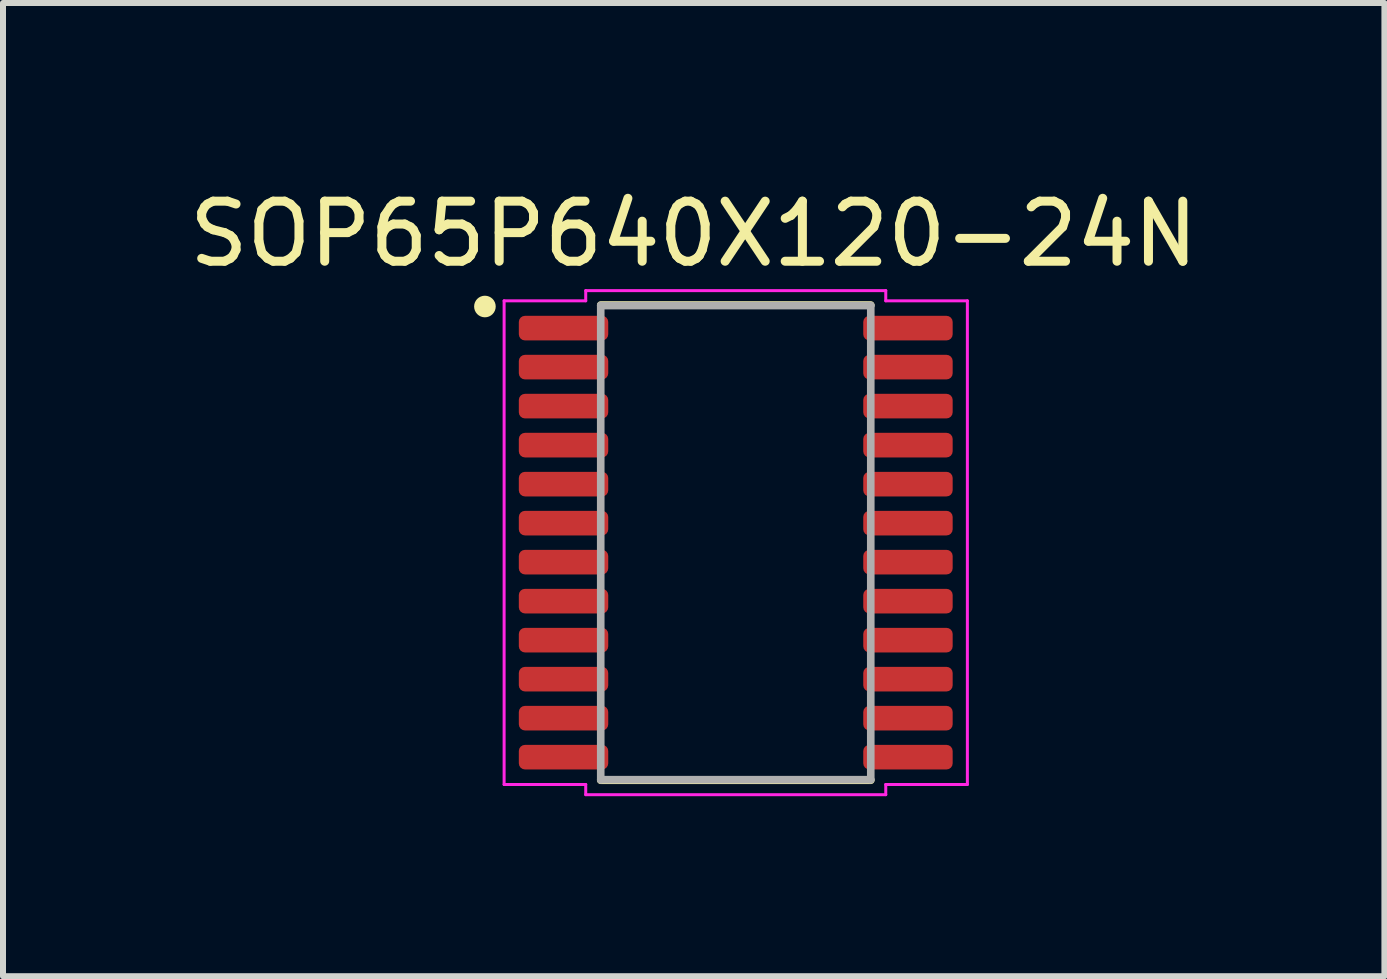
<source format=kicad_pcb>
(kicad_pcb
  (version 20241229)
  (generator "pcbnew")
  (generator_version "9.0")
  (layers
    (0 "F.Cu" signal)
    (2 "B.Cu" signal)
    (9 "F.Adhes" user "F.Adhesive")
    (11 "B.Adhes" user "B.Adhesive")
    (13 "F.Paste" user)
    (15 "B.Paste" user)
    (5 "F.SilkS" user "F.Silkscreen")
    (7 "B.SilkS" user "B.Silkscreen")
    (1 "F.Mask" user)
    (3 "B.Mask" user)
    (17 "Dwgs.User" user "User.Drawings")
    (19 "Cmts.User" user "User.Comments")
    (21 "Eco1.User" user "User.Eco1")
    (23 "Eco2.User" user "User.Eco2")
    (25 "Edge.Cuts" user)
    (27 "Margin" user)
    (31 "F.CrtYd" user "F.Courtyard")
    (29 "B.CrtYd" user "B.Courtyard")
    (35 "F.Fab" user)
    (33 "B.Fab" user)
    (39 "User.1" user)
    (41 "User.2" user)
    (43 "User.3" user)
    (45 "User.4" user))
  (footprint "SOP65P640X120-24N"
    (layer "F.Cu")
    (at 9.211 5.993)
    (property "Reference" "SOP65P640X120-24N" (at -0.701 -5.145 0) (layer "F.SilkS") (effects (font (size 1.001 1.001) (thickness 0.15))))
    (attr smd)
    (fp_line (start 2.25 -3.96) (end -2.25 -3.96) (stroke (width 0.127) (type solid)) (layer "F.SilkS"))
    (fp_line (start 2.25 3.96) (end -2.25 3.96) (stroke (width 0.127) (type solid)) (layer "F.SilkS"))
    (fp_circle (center -4.18 -3.935) (end -4.09 -3.935) (stroke (width 0.18) (type solid)) (fill no) (layer "F.SilkS"))
    (fp_line (start -3.86 -4.03) (end -2.5 -4.03) (stroke (width 0.05) (type solid)) (layer "F.CrtYd"))
    (fp_line (start -3.86 4.03) (end -3.86 -4.03) (stroke (width 0.05) (type solid)) (layer "F.CrtYd"))
    (fp_line (start -2.5 -4.2) (end 2.5 -4.2) (stroke (width 0.05) (type solid)) (layer "F.CrtYd"))
    (fp_line (start -2.5 -4.03) (end -2.5 -4.2) (stroke (width 0.05) (type solid)) (layer "F.CrtYd"))
    (fp_line (start -2.5 4.03) (end -3.86 4.03) (stroke (width 0.05) (type solid)) (layer "F.CrtYd"))
    (fp_line (start -2.5 4.2) (end -2.5 4.03) (stroke (width 0.05) (type solid)) (layer "F.CrtYd"))
    (fp_line (start 2.5 -4.2) (end 2.5 -4.03) (stroke (width 0.05) (type solid)) (layer "F.CrtYd"))
    (fp_line (start 2.5 -4.03) (end 3.86 -4.03) (stroke (width 0.05) (type solid)) (layer "F.CrtYd"))
    (fp_line (start 2.5 4.03) (end 2.5 4.2) (stroke (width 0.05) (type solid)) (layer "F.CrtYd"))
    (fp_line (start 2.5 4.2) (end -2.5 4.2) (stroke (width 0.05) (type solid)) (layer "F.CrtYd"))
    (fp_line (start 3.86 -4.03) (end 3.86 4.03) (stroke (width 0.05) (type solid)) (layer "F.CrtYd"))
    (fp_line (start 3.86 4.03) (end 2.5 4.03) (stroke (width 0.05) (type solid)) (layer "F.CrtYd"))
    (fp_line (start -2.25 -3.95) (end -2.25 3.95) (stroke (width 0.127) (type solid)) (layer "F.Fab"))
    (fp_line (start -2.25 3.95) (end 2.25 3.95) (stroke (width 0.127) (type solid)) (layer "F.Fab"))
    (fp_line (start 2.25 -3.95) (end -2.25 -3.95) (stroke (width 0.127) (type solid)) (layer "F.Fab"))
    (fp_line (start 2.25 3.95) (end 2.25 -3.95) (stroke (width 0.127) (type solid)) (layer "F.Fab"))
    (pad "1" smd roundrect (at -2.87 -3.575) (size 1.49 0.41) (layers "F.Cu" "F.Mask" "F.Paste") (roundrect_rratio 0.25))
    (pad "2" smd roundrect (at -2.87 -2.925) (size 1.49 0.41) (layers "F.Cu" "F.Mask" "F.Paste") (roundrect_rratio 0.25))
    (pad "3" smd roundrect (at -2.87 -2.275) (size 1.49 0.41) (layers "F.Cu" "F.Mask" "F.Paste") (roundrect_rratio 0.25))
    (pad "4" smd roundrect (at -2.87 -1.625) (size 1.49 0.41) (layers "F.Cu" "F.Mask" "F.Paste") (roundrect_rratio 0.25))
    (pad "5" smd roundrect (at -2.87 -0.975) (size 1.49 0.41) (layers "F.Cu" "F.Mask" "F.Paste") (roundrect_rratio 0.25))
    (pad "6" smd roundrect (at -2.87 -0.325) (size 1.49 0.41) (layers "F.Cu" "F.Mask" "F.Paste") (roundrect_rratio 0.25))
    (pad "7" smd roundrect (at -2.87 0.325) (size 1.49 0.41) (layers "F.Cu" "F.Mask" "F.Paste") (roundrect_rratio 0.25))
    (pad "8" smd roundrect (at -2.87 0.975) (size 1.49 0.41) (layers "F.Cu" "F.Mask" "F.Paste") (roundrect_rratio 0.25))
    (pad "9" smd roundrect (at -2.87 1.625) (size 1.49 0.41) (layers "F.Cu" "F.Mask" "F.Paste") (roundrect_rratio 0.25))
    (pad "10" smd roundrect (at -2.87 2.275) (size 1.49 0.41) (layers "F.Cu" "F.Mask" "F.Paste") (roundrect_rratio 0.25))
    (pad "11" smd roundrect (at -2.87 2.925) (size 1.49 0.41) (layers "F.Cu" "F.Mask" "F.Paste") (roundrect_rratio 0.25))
    (pad "12" smd roundrect (at -2.87 3.575) (size 1.49 0.41) (layers "F.Cu" "F.Mask" "F.Paste") (roundrect_rratio 0.25))
    (pad "13" smd roundrect (at 2.87 3.575 180) (size 1.49 0.41) (layers "F.Cu" "F.Mask" "F.Paste") (roundrect_rratio 0.25))
    (pad "14" smd roundrect (at 2.87 2.925 180) (size 1.49 0.41) (layers "F.Cu" "F.Mask" "F.Paste") (roundrect_rratio 0.25))
    (pad "15" smd roundrect (at 2.87 2.275 180) (size 1.49 0.41) (layers "F.Cu" "F.Mask" "F.Paste") (roundrect_rratio 0.25))
    (pad "16" smd roundrect (at 2.87 1.625 180) (size 1.49 0.41) (layers "F.Cu" "F.Mask" "F.Paste") (roundrect_rratio 0.25))
    (pad "17" smd roundrect (at 2.87 0.975 180) (size 1.49 0.41) (layers "F.Cu" "F.Mask" "F.Paste") (roundrect_rratio 0.25))
    (pad "18" smd roundrect (at 2.87 0.325 180) (size 1.49 0.41) (layers "F.Cu" "F.Mask" "F.Paste") (roundrect_rratio 0.25))
    (pad "19" smd roundrect (at 2.87 -0.325 180) (size 1.49 0.41) (layers "F.Cu" "F.Mask" "F.Paste") (roundrect_rratio 0.25))
    (pad "20" smd roundrect (at 2.87 -0.975 180) (size 1.49 0.41) (layers "F.Cu" "F.Mask" "F.Paste") (roundrect_rratio 0.25))
    (pad "21" smd roundrect (at 2.87 -1.625 180) (size 1.49 0.41) (layers "F.Cu" "F.Mask" "F.Paste") (roundrect_rratio 0.25))
    (pad "22" smd roundrect (at 2.87 -2.275 180) (size 1.49 0.41) (layers "F.Cu" "F.Mask" "F.Paste") (roundrect_rratio 0.25))
    (pad "23" smd roundrect (at 2.87 -2.925 180) (size 1.49 0.41) (layers "F.Cu" "F.Mask" "F.Paste") (roundrect_rratio 0.25))
    (pad "24" smd roundrect (at 2.87 -3.575 180) (size 1.49 0.41) (layers "F.Cu" "F.Mask" "F.Paste") (roundrect_rratio 0.25)))
  (gr_rect
    (start -3 -3)
    (end 20.021 13.218)
    (stroke (width 0.1) (type default))
    (fill no)
    (layer "Edge.Cuts")))
</source>
